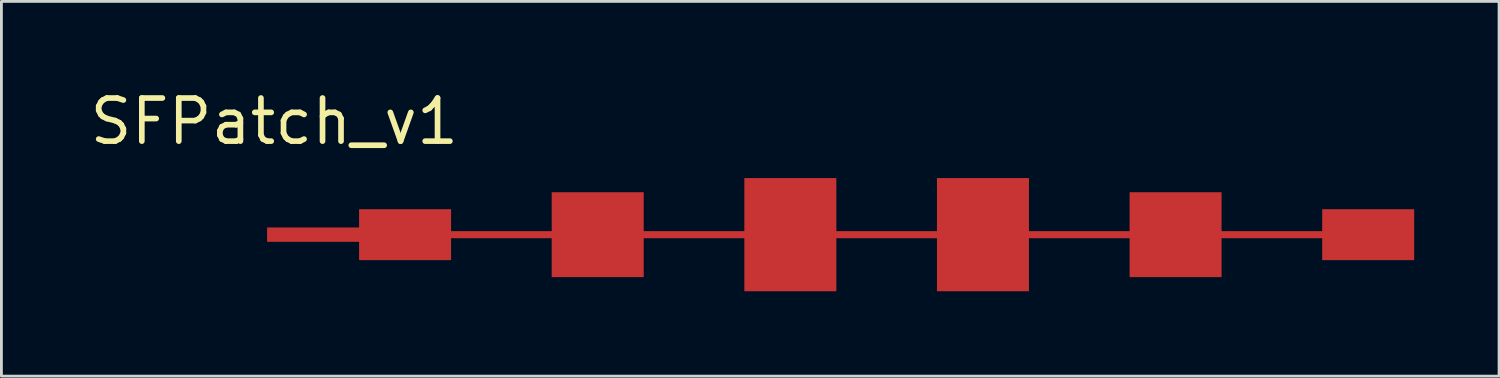
<source format=kicad_pcb>
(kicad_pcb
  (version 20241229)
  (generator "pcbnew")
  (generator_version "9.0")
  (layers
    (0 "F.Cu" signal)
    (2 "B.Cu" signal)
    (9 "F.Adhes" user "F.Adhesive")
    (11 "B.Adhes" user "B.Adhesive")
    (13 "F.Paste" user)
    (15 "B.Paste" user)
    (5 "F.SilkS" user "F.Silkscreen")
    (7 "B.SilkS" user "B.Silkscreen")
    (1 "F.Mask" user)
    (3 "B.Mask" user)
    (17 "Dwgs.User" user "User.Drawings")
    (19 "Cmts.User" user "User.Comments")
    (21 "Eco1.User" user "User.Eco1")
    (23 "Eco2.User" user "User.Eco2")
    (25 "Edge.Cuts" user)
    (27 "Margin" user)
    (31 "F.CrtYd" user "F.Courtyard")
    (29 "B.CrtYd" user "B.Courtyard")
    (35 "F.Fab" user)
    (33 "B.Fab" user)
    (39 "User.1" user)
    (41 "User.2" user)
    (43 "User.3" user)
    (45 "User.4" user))
  (footprint "SFPatch_v1"
    (layer "F.Cu")
    (at 6.643 5.243)
    (property "Reference" "SFPatch_v1" (at 0 -4 0) (layer "F.SilkS") (effects (font (size 1.524 1.524) (thickness 0.2))))
    (attr through_hole)
    (pad "1" smd custom (at 0 0) (size 0.508 0.508) (layers "F.Cu") (options (anchor rect)) (primitives (gr_poly (pts (xy 37.033 0.125) (xy 33.477 0.125) (xy 33.477 1.5) (xy 30.226 1.5) (xy 30.226 0.125) (xy 26.67 0.125) (xy 26.67 2) (xy 23.419 2) (xy 23.419 0.125) (xy 19.863 0.125) (xy 19.863 2) (xy 16.612 2) (xy 16.612 0.125) (xy 13.056 0.125) (xy 13.056 1.5) (xy 9.804 1.5) (xy 9.804 0.125) (xy 6.248 0.125) (xy 6.248 0.9) (xy 2.997 0.9) (xy 2.997 0.254) (xy -0.254 0.254) (xy -0.254 -0.254) (xy 2.997 -0.254) (xy 2.997 -0.9) (xy 6.248 -0.9) (xy 6.248 -0.125) (xy 9.804 -0.125) (xy 9.804 -1.5) (xy 13.056 -1.5) (xy 13.056 -0.125) (xy 16.612 -0.125) (xy 16.612 -2) (xy 19.863 -2) (xy 19.863 -0.125) (xy 23.419 -0.125) (xy 23.419 -2) (xy 26.67 -2) (xy 26.67 -0.125) (xy 30.226 -0.125) (xy 30.226 -1.5) (xy 33.477 -1.5) (xy 33.477 -0.125) (xy 37.033 -0.125) (xy 37.033 -0.9) (xy 40.284 -0.9) (xy 40.284 0.9) (xy 37.033 0.9) (xy 37.033 0.125)) (width 0) (fill yes)))))
  (gr_rect
    (start -3 -3)
    (end 49.927 10.243)
    (stroke (width 0.1) (type default))
    (fill no)
    (layer "Edge.Cuts")))
</source>
